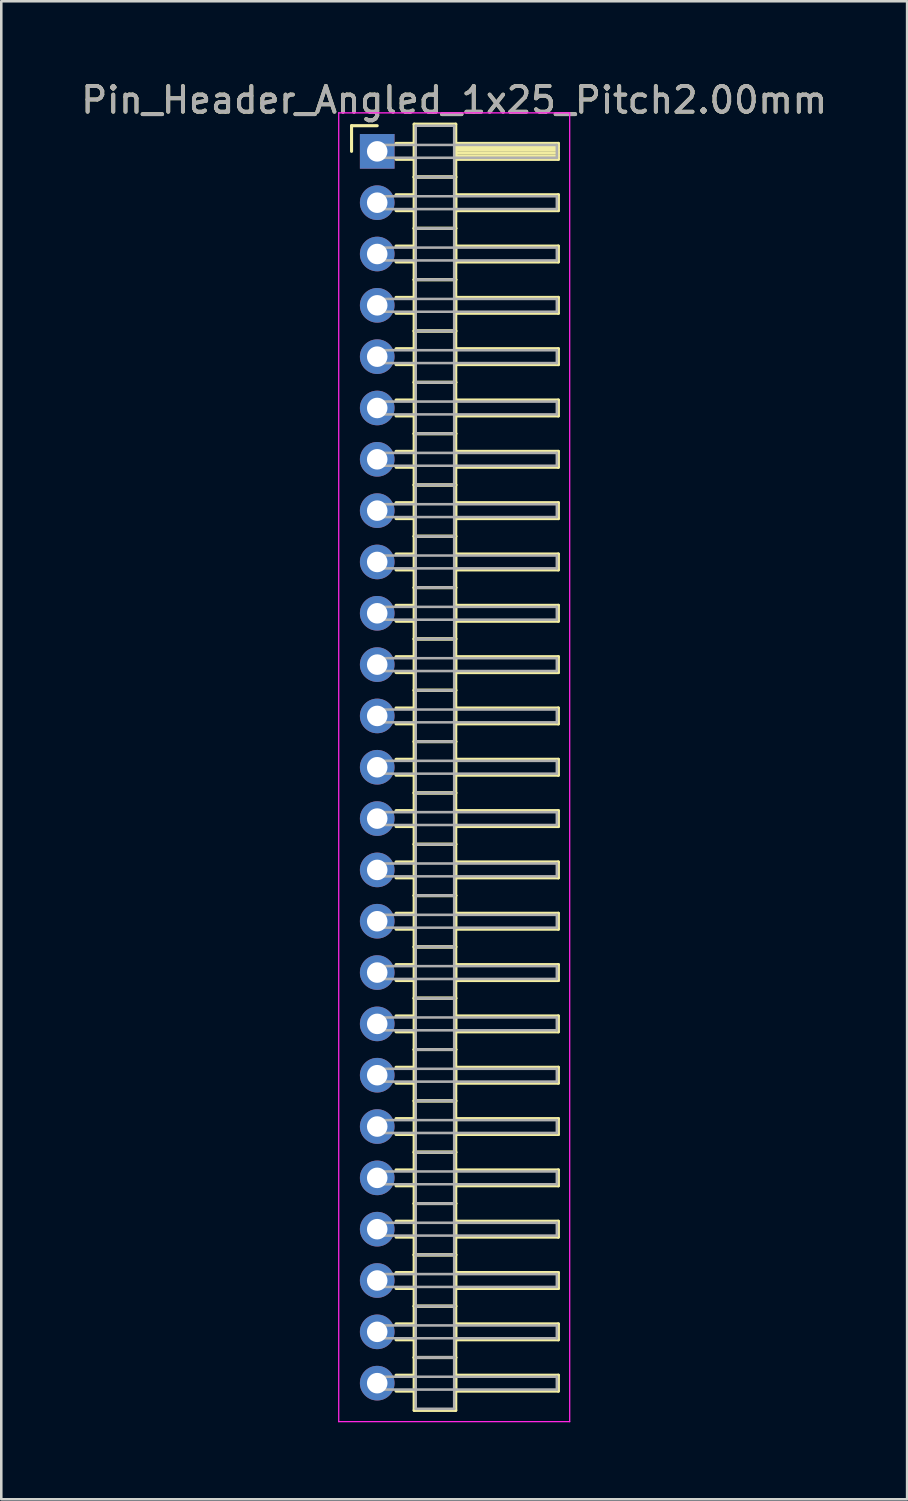
<source format=kicad_pcb>
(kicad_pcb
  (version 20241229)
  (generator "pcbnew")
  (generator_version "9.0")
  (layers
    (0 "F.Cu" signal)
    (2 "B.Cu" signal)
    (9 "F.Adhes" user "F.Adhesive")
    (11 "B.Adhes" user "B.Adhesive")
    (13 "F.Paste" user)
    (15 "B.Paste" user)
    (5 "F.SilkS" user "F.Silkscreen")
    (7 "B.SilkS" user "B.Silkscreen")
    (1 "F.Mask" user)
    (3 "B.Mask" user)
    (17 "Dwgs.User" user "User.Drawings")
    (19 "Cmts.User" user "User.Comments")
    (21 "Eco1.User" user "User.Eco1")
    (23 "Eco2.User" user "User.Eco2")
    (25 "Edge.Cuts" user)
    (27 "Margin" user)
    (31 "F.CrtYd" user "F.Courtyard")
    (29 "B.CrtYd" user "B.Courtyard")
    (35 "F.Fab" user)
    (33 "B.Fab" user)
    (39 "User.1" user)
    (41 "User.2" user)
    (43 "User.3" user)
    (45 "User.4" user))
  (footprint "Pin_Header_Angled_1x25_Pitch2.00mm"
    (layer "F.Cu")
    (at 11.649 2.848)
    (property "Reference" "Pin_Header_Angled_1x25_Pitch2.00mm" (at 3 -2 0) (layer "F.SilkS") (effects (font (size 1 1) (thickness 0.15))))
    (attr through_hole)
    (fp_line (start -1 -1) (end 0 -1) (stroke (width 0.12) (type solid)) (layer "F.SilkS"))
    (fp_line (start -1 0) (end -1 -1) (stroke (width 0.12) (type solid)) (layer "F.SilkS"))
    (fp_line (start 0.735 -0.31) (end 1.44 -0.31) (stroke (width 0.12) (type solid)) (layer "F.SilkS"))
    (fp_line (start 0.735 0.31) (end 1.44 0.31) (stroke (width 0.12) (type solid)) (layer "F.SilkS"))
    (fp_line (start 0.735 1.69) (end 1.44 1.69) (stroke (width 0.12) (type solid)) (layer "F.SilkS"))
    (fp_line (start 0.735 2.31) (end 1.44 2.31) (stroke (width 0.12) (type solid)) (layer "F.SilkS"))
    (fp_line (start 0.735 3.69) (end 1.44 3.69) (stroke (width 0.12) (type solid)) (layer "F.SilkS"))
    (fp_line (start 0.735 4.31) (end 1.44 4.31) (stroke (width 0.12) (type solid)) (layer "F.SilkS"))
    (fp_line (start 0.735 5.69) (end 1.44 5.69) (stroke (width 0.12) (type solid)) (layer "F.SilkS"))
    (fp_line (start 0.735 6.31) (end 1.44 6.31) (stroke (width 0.12) (type solid)) (layer "F.SilkS"))
    (fp_line (start 0.735 7.69) (end 1.44 7.69) (stroke (width 0.12) (type solid)) (layer "F.SilkS"))
    (fp_line (start 0.735 8.31) (end 1.44 8.31) (stroke (width 0.12) (type solid)) (layer "F.SilkS"))
    (fp_line (start 0.735 9.69) (end 1.44 9.69) (stroke (width 0.12) (type solid)) (layer "F.SilkS"))
    (fp_line (start 0.735 10.31) (end 1.44 10.31) (stroke (width 0.12) (type solid)) (layer "F.SilkS"))
    (fp_line (start 0.735 11.69) (end 1.44 11.69) (stroke (width 0.12) (type solid)) (layer "F.SilkS"))
    (fp_line (start 0.735 12.31) (end 1.44 12.31) (stroke (width 0.12) (type solid)) (layer "F.SilkS"))
    (fp_line (start 0.735 13.69) (end 1.44 13.69) (stroke (width 0.12) (type solid)) (layer "F.SilkS"))
    (fp_line (start 0.735 14.31) (end 1.44 14.31) (stroke (width 0.12) (type solid)) (layer "F.SilkS"))
    (fp_line (start 0.735 15.69) (end 1.44 15.69) (stroke (width 0.12) (type solid)) (layer "F.SilkS"))
    (fp_line (start 0.735 16.31) (end 1.44 16.31) (stroke (width 0.12) (type solid)) (layer "F.SilkS"))
    (fp_line (start 0.735 17.69) (end 1.44 17.69) (stroke (width 0.12) (type solid)) (layer "F.SilkS"))
    (fp_line (start 0.735 18.31) (end 1.44 18.31) (stroke (width 0.12) (type solid)) (layer "F.SilkS"))
    (fp_line (start 0.735 19.69) (end 1.44 19.69) (stroke (width 0.12) (type solid)) (layer "F.SilkS"))
    (fp_line (start 0.735 20.31) (end 1.44 20.31) (stroke (width 0.12) (type solid)) (layer "F.SilkS"))
    (fp_line (start 0.735 21.69) (end 1.44 21.69) (stroke (width 0.12) (type solid)) (layer "F.SilkS"))
    (fp_line (start 0.735 22.31) (end 1.44 22.31) (stroke (width 0.12) (type solid)) (layer "F.SilkS"))
    (fp_line (start 0.735 23.69) (end 1.44 23.69) (stroke (width 0.12) (type solid)) (layer "F.SilkS"))
    (fp_line (start 0.735 24.31) (end 1.44 24.31) (stroke (width 0.12) (type solid)) (layer "F.SilkS"))
    (fp_line (start 0.735 25.69) (end 1.44 25.69) (stroke (width 0.12) (type solid)) (layer "F.SilkS"))
    (fp_line (start 0.735 26.31) (end 1.44 26.31) (stroke (width 0.12) (type solid)) (layer "F.SilkS"))
    (fp_line (start 0.735 27.69) (end 1.44 27.69) (stroke (width 0.12) (type solid)) (layer "F.SilkS"))
    (fp_line (start 0.735 28.31) (end 1.44 28.31) (stroke (width 0.12) (type solid)) (layer "F.SilkS"))
    (fp_line (start 0.735 29.69) (end 1.44 29.69) (stroke (width 0.12) (type solid)) (layer "F.SilkS"))
    (fp_line (start 0.735 30.31) (end 1.44 30.31) (stroke (width 0.12) (type solid)) (layer "F.SilkS"))
    (fp_line (start 0.735 31.69) (end 1.44 31.69) (stroke (width 0.12) (type solid)) (layer "F.SilkS"))
    (fp_line (start 0.735 32.31) (end 1.44 32.31) (stroke (width 0.12) (type solid)) (layer "F.SilkS"))
    (fp_line (start 0.735 33.69) (end 1.44 33.69) (stroke (width 0.12) (type solid)) (layer "F.SilkS"))
    (fp_line (start 0.735 34.31) (end 1.44 34.31) (stroke (width 0.12) (type solid)) (layer "F.SilkS"))
    (fp_line (start 0.735 35.69) (end 1.44 35.69) (stroke (width 0.12) (type solid)) (layer "F.SilkS"))
    (fp_line (start 0.735 36.31) (end 1.44 36.31) (stroke (width 0.12) (type solid)) (layer "F.SilkS"))
    (fp_line (start 0.735 37.69) (end 1.44 37.69) (stroke (width 0.12) (type solid)) (layer "F.SilkS"))
    (fp_line (start 0.735 38.31) (end 1.44 38.31) (stroke (width 0.12) (type solid)) (layer "F.SilkS"))
    (fp_line (start 0.735 39.69) (end 1.44 39.69) (stroke (width 0.12) (type solid)) (layer "F.SilkS"))
    (fp_line (start 0.735 40.31) (end 1.44 40.31) (stroke (width 0.12) (type solid)) (layer "F.SilkS"))
    (fp_line (start 0.735 41.69) (end 1.44 41.69) (stroke (width 0.12) (type solid)) (layer "F.SilkS"))
    (fp_line (start 0.735 42.31) (end 1.44 42.31) (stroke (width 0.12) (type solid)) (layer "F.SilkS"))
    (fp_line (start 0.735 43.69) (end 1.44 43.69) (stroke (width 0.12) (type solid)) (layer "F.SilkS"))
    (fp_line (start 0.735 44.31) (end 1.44 44.31) (stroke (width 0.12) (type solid)) (layer "F.SilkS"))
    (fp_line (start 0.735 45.69) (end 1.44 45.69) (stroke (width 0.12) (type solid)) (layer "F.SilkS"))
    (fp_line (start 0.735 46.31) (end 1.44 46.31) (stroke (width 0.12) (type solid)) (layer "F.SilkS"))
    (fp_line (start 0.735 47.69) (end 1.44 47.69) (stroke (width 0.12) (type solid)) (layer "F.SilkS"))
    (fp_line (start 0.735 48.31) (end 1.44 48.31) (stroke (width 0.12) (type solid)) (layer "F.SilkS"))
    (fp_line (start 1.44 -1.06) (end 1.44 1) (stroke (width 0.12) (type solid)) (layer "F.SilkS"))
    (fp_line (start 1.44 1) (end 1.44 3) (stroke (width 0.12) (type solid)) (layer "F.SilkS"))
    (fp_line (start 1.44 1) (end 3.06 1) (stroke (width 0.12) (type solid)) (layer "F.SilkS"))
    (fp_line (start 1.44 3) (end 1.44 5) (stroke (width 0.12) (type solid)) (layer "F.SilkS"))
    (fp_line (start 1.44 3) (end 3.06 3) (stroke (width 0.12) (type solid)) (layer "F.SilkS"))
    (fp_line (start 1.44 5) (end 1.44 7) (stroke (width 0.12) (type solid)) (layer "F.SilkS"))
    (fp_line (start 1.44 5) (end 3.06 5) (stroke (width 0.12) (type solid)) (layer "F.SilkS"))
    (fp_line (start 1.44 7) (end 1.44 9) (stroke (width 0.12) (type solid)) (layer "F.SilkS"))
    (fp_line (start 1.44 7) (end 3.06 7) (stroke (width 0.12) (type solid)) (layer "F.SilkS"))
    (fp_line (start 1.44 9) (end 1.44 11) (stroke (width 0.12) (type solid)) (layer "F.SilkS"))
    (fp_line (start 1.44 9) (end 3.06 9) (stroke (width 0.12) (type solid)) (layer "F.SilkS"))
    (fp_line (start 1.44 11) (end 1.44 13) (stroke (width 0.12) (type solid)) (layer "F.SilkS"))
    (fp_line (start 1.44 11) (end 3.06 11) (stroke (width 0.12) (type solid)) (layer "F.SilkS"))
    (fp_line (start 1.44 13) (end 1.44 15) (stroke (width 0.12) (type solid)) (layer "F.SilkS"))
    (fp_line (start 1.44 13) (end 3.06 13) (stroke (width 0.12) (type solid)) (layer "F.SilkS"))
    (fp_line (start 1.44 15) (end 1.44 17) (stroke (width 0.12) (type solid)) (layer "F.SilkS"))
    (fp_line (start 1.44 15) (end 3.06 15) (stroke (width 0.12) (type solid)) (layer "F.SilkS"))
    (fp_line (start 1.44 17) (end 1.44 19) (stroke (width 0.12) (type solid)) (layer "F.SilkS"))
    (fp_line (start 1.44 17) (end 3.06 17) (stroke (width 0.12) (type solid)) (layer "F.SilkS"))
    (fp_line (start 1.44 19) (end 1.44 21) (stroke (width 0.12) (type solid)) (layer "F.SilkS"))
    (fp_line (start 1.44 19) (end 3.06 19) (stroke (width 0.12) (type solid)) (layer "F.SilkS"))
    (fp_line (start 1.44 21) (end 1.44 23) (stroke (width 0.12) (type solid)) (layer "F.SilkS"))
    (fp_line (start 1.44 21) (end 3.06 21) (stroke (width 0.12) (type solid)) (layer "F.SilkS"))
    (fp_line (start 1.44 23) (end 1.44 25) (stroke (width 0.12) (type solid)) (layer "F.SilkS"))
    (fp_line (start 1.44 23) (end 3.06 23) (stroke (width 0.12) (type solid)) (layer "F.SilkS"))
    (fp_line (start 1.44 25) (end 1.44 27) (stroke (width 0.12) (type solid)) (layer "F.SilkS"))
    (fp_line (start 1.44 25) (end 3.06 25) (stroke (width 0.12) (type solid)) (layer "F.SilkS"))
    (fp_line (start 1.44 27) (end 1.44 29) (stroke (width 0.12) (type solid)) (layer "F.SilkS"))
    (fp_line (start 1.44 27) (end 3.06 27) (stroke (width 0.12) (type solid)) (layer "F.SilkS"))
    (fp_line (start 1.44 29) (end 1.44 31) (stroke (width 0.12) (type solid)) (layer "F.SilkS"))
    (fp_line (start 1.44 29) (end 3.06 29) (stroke (width 0.12) (type solid)) (layer "F.SilkS"))
    (fp_line (start 1.44 31) (end 1.44 33) (stroke (width 0.12) (type solid)) (layer "F.SilkS"))
    (fp_line (start 1.44 31) (end 3.06 31) (stroke (width 0.12) (type solid)) (layer "F.SilkS"))
    (fp_line (start 1.44 33) (end 1.44 35) (stroke (width 0.12) (type solid)) (layer "F.SilkS"))
    (fp_line (start 1.44 33) (end 3.06 33) (stroke (width 0.12) (type solid)) (layer "F.SilkS"))
    (fp_line (start 1.44 35) (end 1.44 37) (stroke (width 0.12) (type solid)) (layer "F.SilkS"))
    (fp_line (start 1.44 35) (end 3.06 35) (stroke (width 0.12) (type solid)) (layer "F.SilkS"))
    (fp_line (start 1.44 37) (end 1.44 39) (stroke (width 0.12) (type solid)) (layer "F.SilkS"))
    (fp_line (start 1.44 37) (end 3.06 37) (stroke (width 0.12) (type solid)) (layer "F.SilkS"))
    (fp_line (start 1.44 39) (end 1.44 41) (stroke (width 0.12) (type solid)) (layer "F.SilkS"))
    (fp_line (start 1.44 39) (end 3.06 39) (stroke (width 0.12) (type solid)) (layer "F.SilkS"))
    (fp_line (start 1.44 41) (end 1.44 43) (stroke (width 0.12) (type solid)) (layer "F.SilkS"))
    (fp_line (start 1.44 41) (end 3.06 41) (stroke (width 0.12) (type solid)) (layer "F.SilkS"))
    (fp_line (start 1.44 43) (end 1.44 45) (stroke (width 0.12) (type solid)) (layer "F.SilkS"))
    (fp_line (start 1.44 43) (end 3.06 43) (stroke (width 0.12) (type solid)) (layer "F.SilkS"))
    (fp_line (start 1.44 45) (end 1.44 47) (stroke (width 0.12) (type solid)) (layer "F.SilkS"))
    (fp_line (start 1.44 45) (end 3.06 45) (stroke (width 0.12) (type solid)) (layer "F.SilkS"))
    (fp_line (start 1.44 47) (end 1.44 49.06) (stroke (width 0.12) (type solid)) (layer "F.SilkS"))
    (fp_line (start 1.44 47) (end 3.06 47) (stroke (width 0.12) (type solid)) (layer "F.SilkS"))
    (fp_line (start 1.44 49.06) (end 3.06 49.06) (stroke (width 0.12) (type solid)) (layer "F.SilkS"))
    (fp_line (start 3.06 -1.06) (end 1.44 -1.06) (stroke (width 0.12) (type solid)) (layer "F.SilkS"))
    (fp_line (start 3.06 -0.31) (end 3.06 0.31) (stroke (width 0.12) (type solid)) (layer "F.SilkS"))
    (fp_line (start 3.06 -0.19) (end 7.06 -0.19) (stroke (width 0.12) (type solid)) (layer "F.SilkS"))
    (fp_line (start 3.06 -0.07) (end 7.06 -0.07) (stroke (width 0.12) (type solid)) (layer "F.SilkS"))
    (fp_line (start 3.06 0.05) (end 7.06 0.05) (stroke (width 0.12) (type solid)) (layer "F.SilkS"))
    (fp_line (start 3.06 0.17) (end 7.06 0.17) (stroke (width 0.12) (type solid)) (layer "F.SilkS"))
    (fp_line (start 3.06 0.29) (end 7.06 0.29) (stroke (width 0.12) (type solid)) (layer "F.SilkS"))
    (fp_line (start 3.06 0.31) (end 7.06 0.31) (stroke (width 0.12) (type solid)) (layer "F.SilkS"))
    (fp_line (start 3.06 1) (end 1.44 1) (stroke (width 0.12) (type solid)) (layer "F.SilkS"))
    (fp_line (start 3.06 1) (end 3.06 -1.06) (stroke (width 0.12) (type solid)) (layer "F.SilkS"))
    (fp_line (start 3.06 1.69) (end 3.06 2.31) (stroke (width 0.12) (type solid)) (layer "F.SilkS"))
    (fp_line (start 3.06 2.31) (end 7.06 2.31) (stroke (width 0.12) (type solid)) (layer "F.SilkS"))
    (fp_line (start 3.06 3) (end 1.44 3) (stroke (width 0.12) (type solid)) (layer "F.SilkS"))
    (fp_line (start 3.06 3) (end 3.06 1) (stroke (width 0.12) (type solid)) (layer "F.SilkS"))
    (fp_line (start 3.06 3.69) (end 3.06 4.31) (stroke (width 0.12) (type solid)) (layer "F.SilkS"))
    (fp_line (start 3.06 4.31) (end 7.06 4.31) (stroke (width 0.12) (type solid)) (layer "F.SilkS"))
    (fp_line (start 3.06 5) (end 1.44 5) (stroke (width 0.12) (type solid)) (layer "F.SilkS"))
    (fp_line (start 3.06 5) (end 3.06 3) (stroke (width 0.12) (type solid)) (layer "F.SilkS"))
    (fp_line (start 3.06 5.69) (end 3.06 6.31) (stroke (width 0.12) (type solid)) (layer "F.SilkS"))
    (fp_line (start 3.06 6.31) (end 7.06 6.31) (stroke (width 0.12) (type solid)) (layer "F.SilkS"))
    (fp_line (start 3.06 7) (end 1.44 7) (stroke (width 0.12) (type solid)) (layer "F.SilkS"))
    (fp_line (start 3.06 7) (end 3.06 5) (stroke (width 0.12) (type solid)) (layer "F.SilkS"))
    (fp_line (start 3.06 7.69) (end 3.06 8.31) (stroke (width 0.12) (type solid)) (layer "F.SilkS"))
    (fp_line (start 3.06 8.31) (end 7.06 8.31) (stroke (width 0.12) (type solid)) (layer "F.SilkS"))
    (fp_line (start 3.06 9) (end 1.44 9) (stroke (width 0.12) (type solid)) (layer "F.SilkS"))
    (fp_line (start 3.06 9) (end 3.06 7) (stroke (width 0.12) (type solid)) (layer "F.SilkS"))
    (fp_line (start 3.06 9.69) (end 3.06 10.31) (stroke (width 0.12) (type solid)) (layer "F.SilkS"))
    (fp_line (start 3.06 10.31) (end 7.06 10.31) (stroke (width 0.12) (type solid)) (layer "F.SilkS"))
    (fp_line (start 3.06 11) (end 1.44 11) (stroke (width 0.12) (type solid)) (layer "F.SilkS"))
    (fp_line (start 3.06 11) (end 3.06 9) (stroke (width 0.12) (type solid)) (layer "F.SilkS"))
    (fp_line (start 3.06 11.69) (end 3.06 12.31) (stroke (width 0.12) (type solid)) (layer "F.SilkS"))
    (fp_line (start 3.06 12.31) (end 7.06 12.31) (stroke (width 0.12) (type solid)) (layer "F.SilkS"))
    (fp_line (start 3.06 13) (end 1.44 13) (stroke (width 0.12) (type solid)) (layer "F.SilkS"))
    (fp_line (start 3.06 13) (end 3.06 11) (stroke (width 0.12) (type solid)) (layer "F.SilkS"))
    (fp_line (start 3.06 13.69) (end 3.06 14.31) (stroke (width 0.12) (type solid)) (layer "F.SilkS"))
    (fp_line (start 3.06 14.31) (end 7.06 14.31) (stroke (width 0.12) (type solid)) (layer "F.SilkS"))
    (fp_line (start 3.06 15) (end 1.44 15) (stroke (width 0.12) (type solid)) (layer "F.SilkS"))
    (fp_line (start 3.06 15) (end 3.06 13) (stroke (width 0.12) (type solid)) (layer "F.SilkS"))
    (fp_line (start 3.06 15.69) (end 3.06 16.31) (stroke (width 0.12) (type solid)) (layer "F.SilkS"))
    (fp_line (start 3.06 16.31) (end 7.06 16.31) (stroke (width 0.12) (type solid)) (layer "F.SilkS"))
    (fp_line (start 3.06 17) (end 1.44 17) (stroke (width 0.12) (type solid)) (layer "F.SilkS"))
    (fp_line (start 3.06 17) (end 3.06 15) (stroke (width 0.12) (type solid)) (layer "F.SilkS"))
    (fp_line (start 3.06 17.69) (end 3.06 18.31) (stroke (width 0.12) (type solid)) (layer "F.SilkS"))
    (fp_line (start 3.06 18.31) (end 7.06 18.31) (stroke (width 0.12) (type solid)) (layer "F.SilkS"))
    (fp_line (start 3.06 19) (end 1.44 19) (stroke (width 0.12) (type solid)) (layer "F.SilkS"))
    (fp_line (start 3.06 19) (end 3.06 17) (stroke (width 0.12) (type solid)) (layer "F.SilkS"))
    (fp_line (start 3.06 19.69) (end 3.06 20.31) (stroke (width 0.12) (type solid)) (layer "F.SilkS"))
    (fp_line (start 3.06 20.31) (end 7.06 20.31) (stroke (width 0.12) (type solid)) (layer "F.SilkS"))
    (fp_line (start 3.06 21) (end 1.44 21) (stroke (width 0.12) (type solid)) (layer "F.SilkS"))
    (fp_line (start 3.06 21) (end 3.06 19) (stroke (width 0.12) (type solid)) (layer "F.SilkS"))
    (fp_line (start 3.06 21.69) (end 3.06 22.31) (stroke (width 0.12) (type solid)) (layer "F.SilkS"))
    (fp_line (start 3.06 22.31) (end 7.06 22.31) (stroke (width 0.12) (type solid)) (layer "F.SilkS"))
    (fp_line (start 3.06 23) (end 1.44 23) (stroke (width 0.12) (type solid)) (layer "F.SilkS"))
    (fp_line (start 3.06 23) (end 3.06 21) (stroke (width 0.12) (type solid)) (layer "F.SilkS"))
    (fp_line (start 3.06 23.69) (end 3.06 24.31) (stroke (width 0.12) (type solid)) (layer "F.SilkS"))
    (fp_line (start 3.06 24.31) (end 7.06 24.31) (stroke (width 0.12) (type solid)) (layer "F.SilkS"))
    (fp_line (start 3.06 25) (end 1.44 25) (stroke (width 0.12) (type solid)) (layer "F.SilkS"))
    (fp_line (start 3.06 25) (end 3.06 23) (stroke (width 0.12) (type solid)) (layer "F.SilkS"))
    (fp_line (start 3.06 25.69) (end 3.06 26.31) (stroke (width 0.12) (type solid)) (layer "F.SilkS"))
    (fp_line (start 3.06 26.31) (end 7.06 26.31) (stroke (width 0.12) (type solid)) (layer "F.SilkS"))
    (fp_line (start 3.06 27) (end 1.44 27) (stroke (width 0.12) (type solid)) (layer "F.SilkS"))
    (fp_line (start 3.06 27) (end 3.06 25) (stroke (width 0.12) (type solid)) (layer "F.SilkS"))
    (fp_line (start 3.06 27.69) (end 3.06 28.31) (stroke (width 0.12) (type solid)) (layer "F.SilkS"))
    (fp_line (start 3.06 28.31) (end 7.06 28.31) (stroke (width 0.12) (type solid)) (layer "F.SilkS"))
    (fp_line (start 3.06 29) (end 1.44 29) (stroke (width 0.12) (type solid)) (layer "F.SilkS"))
    (fp_line (start 3.06 29) (end 3.06 27) (stroke (width 0.12) (type solid)) (layer "F.SilkS"))
    (fp_line (start 3.06 29.69) (end 3.06 30.31) (stroke (width 0.12) (type solid)) (layer "F.SilkS"))
    (fp_line (start 3.06 30.31) (end 7.06 30.31) (stroke (width 0.12) (type solid)) (layer "F.SilkS"))
    (fp_line (start 3.06 31) (end 1.44 31) (stroke (width 0.12) (type solid)) (layer "F.SilkS"))
    (fp_line (start 3.06 31) (end 3.06 29) (stroke (width 0.12) (type solid)) (layer "F.SilkS"))
    (fp_line (start 3.06 31.69) (end 3.06 32.31) (stroke (width 0.12) (type solid)) (layer "F.SilkS"))
    (fp_line (start 3.06 32.31) (end 7.06 32.31) (stroke (width 0.12) (type solid)) (layer "F.SilkS"))
    (fp_line (start 3.06 33) (end 1.44 33) (stroke (width 0.12) (type solid)) (layer "F.SilkS"))
    (fp_line (start 3.06 33) (end 3.06 31) (stroke (width 0.12) (type solid)) (layer "F.SilkS"))
    (fp_line (start 3.06 33.69) (end 3.06 34.31) (stroke (width 0.12) (type solid)) (layer "F.SilkS"))
    (fp_line (start 3.06 34.31) (end 7.06 34.31) (stroke (width 0.12) (type solid)) (layer "F.SilkS"))
    (fp_line (start 3.06 35) (end 1.44 35) (stroke (width 0.12) (type solid)) (layer "F.SilkS"))
    (fp_line (start 3.06 35) (end 3.06 33) (stroke (width 0.12) (type solid)) (layer "F.SilkS"))
    (fp_line (start 3.06 35.69) (end 3.06 36.31) (stroke (width 0.12) (type solid)) (layer "F.SilkS"))
    (fp_line (start 3.06 36.31) (end 7.06 36.31) (stroke (width 0.12) (type solid)) (layer "F.SilkS"))
    (fp_line (start 3.06 37) (end 1.44 37) (stroke (width 0.12) (type solid)) (layer "F.SilkS"))
    (fp_line (start 3.06 37) (end 3.06 35) (stroke (width 0.12) (type solid)) (layer "F.SilkS"))
    (fp_line (start 3.06 37.69) (end 3.06 38.31) (stroke (width 0.12) (type solid)) (layer "F.SilkS"))
    (fp_line (start 3.06 38.31) (end 7.06 38.31) (stroke (width 0.12) (type solid)) (layer "F.SilkS"))
    (fp_line (start 3.06 39) (end 1.44 39) (stroke (width 0.12) (type solid)) (layer "F.SilkS"))
    (fp_line (start 3.06 39) (end 3.06 37) (stroke (width 0.12) (type solid)) (layer "F.SilkS"))
    (fp_line (start 3.06 39.69) (end 3.06 40.31) (stroke (width 0.12) (type solid)) (layer "F.SilkS"))
    (fp_line (start 3.06 40.31) (end 7.06 40.31) (stroke (width 0.12) (type solid)) (layer "F.SilkS"))
    (fp_line (start 3.06 41) (end 1.44 41) (stroke (width 0.12) (type solid)) (layer "F.SilkS"))
    (fp_line (start 3.06 41) (end 3.06 39) (stroke (width 0.12) (type solid)) (layer "F.SilkS"))
    (fp_line (start 3.06 41.69) (end 3.06 42.31) (stroke (width 0.12) (type solid)) (layer "F.SilkS"))
    (fp_line (start 3.06 42.31) (end 7.06 42.31) (stroke (width 0.12) (type solid)) (layer "F.SilkS"))
    (fp_line (start 3.06 43) (end 1.44 43) (stroke (width 0.12) (type solid)) (layer "F.SilkS"))
    (fp_line (start 3.06 43) (end 3.06 41) (stroke (width 0.12) (type solid)) (layer "F.SilkS"))
    (fp_line (start 3.06 43.69) (end 3.06 44.31) (stroke (width 0.12) (type solid)) (layer "F.SilkS"))
    (fp_line (start 3.06 44.31) (end 7.06 44.31) (stroke (width 0.12) (type solid)) (layer "F.SilkS"))
    (fp_line (start 3.06 45) (end 1.44 45) (stroke (width 0.12) (type solid)) (layer "F.SilkS"))
    (fp_line (start 3.06 45) (end 3.06 43) (stroke (width 0.12) (type solid)) (layer "F.SilkS"))
    (fp_line (start 3.06 45.69) (end 3.06 46.31) (stroke (width 0.12) (type solid)) (layer "F.SilkS"))
    (fp_line (start 3.06 46.31) (end 7.06 46.31) (stroke (width 0.12) (type solid)) (layer "F.SilkS"))
    (fp_line (start 3.06 47) (end 1.44 47) (stroke (width 0.12) (type solid)) (layer "F.SilkS"))
    (fp_line (start 3.06 47) (end 3.06 45) (stroke (width 0.12) (type solid)) (layer "F.SilkS"))
    (fp_line (start 3.06 47.69) (end 3.06 48.31) (stroke (width 0.12) (type solid)) (layer "F.SilkS"))
    (fp_line (start 3.06 48.31) (end 7.06 48.31) (stroke (width 0.12) (type solid)) (layer "F.SilkS"))
    (fp_line (start 3.06 49.06) (end 3.06 47) (stroke (width 0.12) (type solid)) (layer "F.SilkS"))
    (fp_line (start 7.06 -0.31) (end 3.06 -0.31) (stroke (width 0.12) (type solid)) (layer "F.SilkS"))
    (fp_line (start 7.06 0.31) (end 7.06 -0.31) (stroke (width 0.12) (type solid)) (layer "F.SilkS"))
    (fp_line (start 7.06 1.69) (end 3.06 1.69) (stroke (width 0.12) (type solid)) (layer "F.SilkS"))
    (fp_line (start 7.06 2.31) (end 7.06 1.69) (stroke (width 0.12) (type solid)) (layer "F.SilkS"))
    (fp_line (start 7.06 3.69) (end 3.06 3.69) (stroke (width 0.12) (type solid)) (layer "F.SilkS"))
    (fp_line (start 7.06 4.31) (end 7.06 3.69) (stroke (width 0.12) (type solid)) (layer "F.SilkS"))
    (fp_line (start 7.06 5.69) (end 3.06 5.69) (stroke (width 0.12) (type solid)) (layer "F.SilkS"))
    (fp_line (start 7.06 6.31) (end 7.06 5.69) (stroke (width 0.12) (type solid)) (layer "F.SilkS"))
    (fp_line (start 7.06 7.69) (end 3.06 7.69) (stroke (width 0.12) (type solid)) (layer "F.SilkS"))
    (fp_line (start 7.06 8.31) (end 7.06 7.69) (stroke (width 0.12) (type solid)) (layer "F.SilkS"))
    (fp_line (start 7.06 9.69) (end 3.06 9.69) (stroke (width 0.12) (type solid)) (layer "F.SilkS"))
    (fp_line (start 7.06 10.31) (end 7.06 9.69) (stroke (width 0.12) (type solid)) (layer "F.SilkS"))
    (fp_line (start 7.06 11.69) (end 3.06 11.69) (stroke (width 0.12) (type solid)) (layer "F.SilkS"))
    (fp_line (start 7.06 12.31) (end 7.06 11.69) (stroke (width 0.12) (type solid)) (layer "F.SilkS"))
    (fp_line (start 7.06 13.69) (end 3.06 13.69) (stroke (width 0.12) (type solid)) (layer "F.SilkS"))
    (fp_line (start 7.06 14.31) (end 7.06 13.69) (stroke (width 0.12) (type solid)) (layer "F.SilkS"))
    (fp_line (start 7.06 15.69) (end 3.06 15.69) (stroke (width 0.12) (type solid)) (layer "F.SilkS"))
    (fp_line (start 7.06 16.31) (end 7.06 15.69) (stroke (width 0.12) (type solid)) (layer "F.SilkS"))
    (fp_line (start 7.06 17.69) (end 3.06 17.69) (stroke (width 0.12) (type solid)) (layer "F.SilkS"))
    (fp_line (start 7.06 18.31) (end 7.06 17.69) (stroke (width 0.12) (type solid)) (layer "F.SilkS"))
    (fp_line (start 7.06 19.69) (end 3.06 19.69) (stroke (width 0.12) (type solid)) (layer "F.SilkS"))
    (fp_line (start 7.06 20.31) (end 7.06 19.69) (stroke (width 0.12) (type solid)) (layer "F.SilkS"))
    (fp_line (start 7.06 21.69) (end 3.06 21.69) (stroke (width 0.12) (type solid)) (layer "F.SilkS"))
    (fp_line (start 7.06 22.31) (end 7.06 21.69) (stroke (width 0.12) (type solid)) (layer "F.SilkS"))
    (fp_line (start 7.06 23.69) (end 3.06 23.69) (stroke (width 0.12) (type solid)) (layer "F.SilkS"))
    (fp_line (start 7.06 24.31) (end 7.06 23.69) (stroke (width 0.12) (type solid)) (layer "F.SilkS"))
    (fp_line (start 7.06 25.69) (end 3.06 25.69) (stroke (width 0.12) (type solid)) (layer "F.SilkS"))
    (fp_line (start 7.06 26.31) (end 7.06 25.69) (stroke (width 0.12) (type solid)) (layer "F.SilkS"))
    (fp_line (start 7.06 27.69) (end 3.06 27.69) (stroke (width 0.12) (type solid)) (layer "F.SilkS"))
    (fp_line (start 7.06 28.31) (end 7.06 27.69) (stroke (width 0.12) (type solid)) (layer "F.SilkS"))
    (fp_line (start 7.06 29.69) (end 3.06 29.69) (stroke (width 0.12) (type solid)) (layer "F.SilkS"))
    (fp_line (start 7.06 30.31) (end 7.06 29.69) (stroke (width 0.12) (type solid)) (layer "F.SilkS"))
    (fp_line (start 7.06 31.69) (end 3.06 31.69) (stroke (width 0.12) (type solid)) (layer "F.SilkS"))
    (fp_line (start 7.06 32.31) (end 7.06 31.69) (stroke (width 0.12) (type solid)) (layer "F.SilkS"))
    (fp_line (start 7.06 33.69) (end 3.06 33.69) (stroke (width 0.12) (type solid)) (layer "F.SilkS"))
    (fp_line (start 7.06 34.31) (end 7.06 33.69) (stroke (width 0.12) (type solid)) (layer "F.SilkS"))
    (fp_line (start 7.06 35.69) (end 3.06 35.69) (stroke (width 0.12) (type solid)) (layer "F.SilkS"))
    (fp_line (start 7.06 36.31) (end 7.06 35.69) (stroke (width 0.12) (type solid)) (layer "F.SilkS"))
    (fp_line (start 7.06 37.69) (end 3.06 37.69) (stroke (width 0.12) (type solid)) (layer "F.SilkS"))
    (fp_line (start 7.06 38.31) (end 7.06 37.69) (stroke (width 0.12) (type solid)) (layer "F.SilkS"))
    (fp_line (start 7.06 39.69) (end 3.06 39.69) (stroke (width 0.12) (type solid)) (layer "F.SilkS"))
    (fp_line (start 7.06 40.31) (end 7.06 39.69) (stroke (width 0.12) (type solid)) (layer "F.SilkS"))
    (fp_line (start 7.06 41.69) (end 3.06 41.69) (stroke (width 0.12) (type solid)) (layer "F.SilkS"))
    (fp_line (start 7.06 42.31) (end 7.06 41.69) (stroke (width 0.12) (type solid)) (layer "F.SilkS"))
    (fp_line (start 7.06 43.69) (end 3.06 43.69) (stroke (width 0.12) (type solid)) (layer "F.SilkS"))
    (fp_line (start 7.06 44.31) (end 7.06 43.69) (stroke (width 0.12) (type solid)) (layer "F.SilkS"))
    (fp_line (start 7.06 45.69) (end 3.06 45.69) (stroke (width 0.12) (type solid)) (layer "F.SilkS"))
    (fp_line (start 7.06 46.31) (end 7.06 45.69) (stroke (width 0.12) (type solid)) (layer "F.SilkS"))
    (fp_line (start 7.06 47.69) (end 3.06 47.69) (stroke (width 0.12) (type solid)) (layer "F.SilkS"))
    (fp_line (start 7.06 48.31) (end 7.06 47.69) (stroke (width 0.12) (type solid)) (layer "F.SilkS"))
    (fp_line (start -1.5 -1.5) (end -1.5 49.5) (stroke (width 0.05) (type solid)) (layer "F.CrtYd"))
    (fp_line (start -1.5 49.5) (end 7.5 49.5) (stroke (width 0.05) (type solid)) (layer "F.CrtYd"))
    (fp_line (start 7.5 -1.5) (end -1.5 -1.5) (stroke (width 0.05) (type solid)) (layer "F.CrtYd"))
    (fp_line (start 7.5 49.5) (end 7.5 -1.5) (stroke (width 0.05) (type solid)) (layer "F.CrtYd"))
    (fp_line (start 0 -0.25) (end 0 0.25) (stroke (width 0.1) (type solid)) (layer "F.Fab"))
    (fp_line (start 0 0.25) (end 7 0.25) (stroke (width 0.1) (type solid)) (layer "F.Fab"))
    (fp_line (start 0 1.75) (end 0 2.25) (stroke (width 0.1) (type solid)) (layer "F.Fab"))
    (fp_line (start 0 2.25) (end 7 2.25) (stroke (width 0.1) (type solid)) (layer "F.Fab"))
    (fp_line (start 0 3.75) (end 0 4.25) (stroke (width 0.1) (type solid)) (layer "F.Fab"))
    (fp_line (start 0 4.25) (end 7 4.25) (stroke (width 0.1) (type solid)) (layer "F.Fab"))
    (fp_line (start 0 5.75) (end 0 6.25) (stroke (width 0.1) (type solid)) (layer "F.Fab"))
    (fp_line (start 0 6.25) (end 7 6.25) (stroke (width 0.1) (type solid)) (layer "F.Fab"))
    (fp_line (start 0 7.75) (end 0 8.25) (stroke (width 0.1) (type solid)) (layer "F.Fab"))
    (fp_line (start 0 8.25) (end 7 8.25) (stroke (width 0.1) (type solid)) (layer "F.Fab"))
    (fp_line (start 0 9.75) (end 0 10.25) (stroke (width 0.1) (type solid)) (layer "F.Fab"))
    (fp_line (start 0 10.25) (end 7 10.25) (stroke (width 0.1) (type solid)) (layer "F.Fab"))
    (fp_line (start 0 11.75) (end 0 12.25) (stroke (width 0.1) (type solid)) (layer "F.Fab"))
    (fp_line (start 0 12.25) (end 7 12.25) (stroke (width 0.1) (type solid)) (layer "F.Fab"))
    (fp_line (start 0 13.75) (end 0 14.25) (stroke (width 0.1) (type solid)) (layer "F.Fab"))
    (fp_line (start 0 14.25) (end 7 14.25) (stroke (width 0.1) (type solid)) (layer "F.Fab"))
    (fp_line (start 0 15.75) (end 0 16.25) (stroke (width 0.1) (type solid)) (layer "F.Fab"))
    (fp_line (start 0 16.25) (end 7 16.25) (stroke (width 0.1) (type solid)) (layer "F.Fab"))
    (fp_line (start 0 17.75) (end 0 18.25) (stroke (width 0.1) (type solid)) (layer "F.Fab"))
    (fp_line (start 0 18.25) (end 7 18.25) (stroke (width 0.1) (type solid)) (layer "F.Fab"))
    (fp_line (start 0 19.75) (end 0 20.25) (stroke (width 0.1) (type solid)) (layer "F.Fab"))
    (fp_line (start 0 20.25) (end 7 20.25) (stroke (width 0.1) (type solid)) (layer "F.Fab"))
    (fp_line (start 0 21.75) (end 0 22.25) (stroke (width 0.1) (type solid)) (layer "F.Fab"))
    (fp_line (start 0 22.25) (end 7 22.25) (stroke (width 0.1) (type solid)) (layer "F.Fab"))
    (fp_line (start 0 23.75) (end 0 24.25) (stroke (width 0.1) (type solid)) (layer "F.Fab"))
    (fp_line (start 0 24.25) (end 7 24.25) (stroke (width 0.1) (type solid)) (layer "F.Fab"))
    (fp_line (start 0 25.75) (end 0 26.25) (stroke (width 0.1) (type solid)) (layer "F.Fab"))
    (fp_line (start 0 26.25) (end 7 26.25) (stroke (width 0.1) (type solid)) (layer "F.Fab"))
    (fp_line (start 0 27.75) (end 0 28.25) (stroke (width 0.1) (type solid)) (layer "F.Fab"))
    (fp_line (start 0 28.25) (end 7 28.25) (stroke (width 0.1) (type solid)) (layer "F.Fab"))
    (fp_line (start 0 29.75) (end 0 30.25) (stroke (width 0.1) (type solid)) (layer "F.Fab"))
    (fp_line (start 0 30.25) (end 7 30.25) (stroke (width 0.1) (type solid)) (layer "F.Fab"))
    (fp_line (start 0 31.75) (end 0 32.25) (stroke (width 0.1) (type solid)) (layer "F.Fab"))
    (fp_line (start 0 32.25) (end 7 32.25) (stroke (width 0.1) (type solid)) (layer "F.Fab"))
    (fp_line (start 0 33.75) (end 0 34.25) (stroke (width 0.1) (type solid)) (layer "F.Fab"))
    (fp_line (start 0 34.25) (end 7 34.25) (stroke (width 0.1) (type solid)) (layer "F.Fab"))
    (fp_line (start 0 35.75) (end 0 36.25) (stroke (width 0.1) (type solid)) (layer "F.Fab"))
    (fp_line (start 0 36.25) (end 7 36.25) (stroke (width 0.1) (type solid)) (layer "F.Fab"))
    (fp_line (start 0 37.75) (end 0 38.25) (stroke (width 0.1) (type solid)) (layer "F.Fab"))
    (fp_line (start 0 38.25) (end 7 38.25) (stroke (width 0.1) (type solid)) (layer "F.Fab"))
    (fp_line (start 0 39.75) (end 0 40.25) (stroke (width 0.1) (type solid)) (layer "F.Fab"))
    (fp_line (start 0 40.25) (end 7 40.25) (stroke (width 0.1) (type solid)) (layer "F.Fab"))
    (fp_line (start 0 41.75) (end 0 42.25) (stroke (width 0.1) (type solid)) (layer "F.Fab"))
    (fp_line (start 0 42.25) (end 7 42.25) (stroke (width 0.1) (type solid)) (layer "F.Fab"))
    (fp_line (start 0 43.75) (end 0 44.25) (stroke (width 0.1) (type solid)) (layer "F.Fab"))
    (fp_line (start 0 44.25) (end 7 44.25) (stroke (width 0.1) (type solid)) (layer "F.Fab"))
    (fp_line (start 0 45.75) (end 0 46.25) (stroke (width 0.1) (type solid)) (layer "F.Fab"))
    (fp_line (start 0 46.25) (end 7 46.25) (stroke (width 0.1) (type solid)) (layer "F.Fab"))
    (fp_line (start 0 47.75) (end 0 48.25) (stroke (width 0.1) (type solid)) (layer "F.Fab"))
    (fp_line (start 0 48.25) (end 7 48.25) (stroke (width 0.1) (type solid)) (layer "F.Fab"))
    (fp_line (start 1.5 -1) (end 1.5 1) (stroke (width 0.1) (type solid)) (layer "F.Fab"))
    (fp_line (start 1.5 1) (end 1.5 3) (stroke (width 0.1) (type solid)) (layer "F.Fab"))
    (fp_line (start 1.5 1) (end 3 1) (stroke (width 0.1) (type solid)) (layer "F.Fab"))
    (fp_line (start 1.5 3) (end 1.5 5) (stroke (width 0.1) (type solid)) (layer "F.Fab"))
    (fp_line (start 1.5 3) (end 3 3) (stroke (width 0.1) (type solid)) (layer "F.Fab"))
    (fp_line (start 1.5 5) (end 1.5 7) (stroke (width 0.1) (type solid)) (layer "F.Fab"))
    (fp_line (start 1.5 5) (end 3 5) (stroke (width 0.1) (type solid)) (layer "F.Fab"))
    (fp_line (start 1.5 7) (end 1.5 9) (stroke (width 0.1) (type solid)) (layer "F.Fab"))
    (fp_line (start 1.5 7) (end 3 7) (stroke (width 0.1) (type solid)) (layer "F.Fab"))
    (fp_line (start 1.5 9) (end 1.5 11) (stroke (width 0.1) (type solid)) (layer "F.Fab"))
    (fp_line (start 1.5 9) (end 3 9) (stroke (width 0.1) (type solid)) (layer "F.Fab"))
    (fp_line (start 1.5 11) (end 1.5 13) (stroke (width 0.1) (type solid)) (layer "F.Fab"))
    (fp_line (start 1.5 11) (end 3 11) (stroke (width 0.1) (type solid)) (layer "F.Fab"))
    (fp_line (start 1.5 13) (end 1.5 15) (stroke (width 0.1) (type solid)) (layer "F.Fab"))
    (fp_line (start 1.5 13) (end 3 13) (stroke (width 0.1) (type solid)) (layer "F.Fab"))
    (fp_line (start 1.5 15) (end 1.5 17) (stroke (width 0.1) (type solid)) (layer "F.Fab"))
    (fp_line (start 1.5 15) (end 3 15) (stroke (width 0.1) (type solid)) (layer "F.Fab"))
    (fp_line (start 1.5 17) (end 1.5 19) (stroke (width 0.1) (type solid)) (layer "F.Fab"))
    (fp_line (start 1.5 17) (end 3 17) (stroke (width 0.1) (type solid)) (layer "F.Fab"))
    (fp_line (start 1.5 19) (end 1.5 21) (stroke (width 0.1) (type solid)) (layer "F.Fab"))
    (fp_line (start 1.5 19) (end 3 19) (stroke (width 0.1) (type solid)) (layer "F.Fab"))
    (fp_line (start 1.5 21) (end 1.5 23) (stroke (width 0.1) (type solid)) (layer "F.Fab"))
    (fp_line (start 1.5 21) (end 3 21) (stroke (width 0.1) (type solid)) (layer "F.Fab"))
    (fp_line (start 1.5 23) (end 1.5 25) (stroke (width 0.1) (type solid)) (layer "F.Fab"))
    (fp_line (start 1.5 23) (end 3 23) (stroke (width 0.1) (type solid)) (layer "F.Fab"))
    (fp_line (start 1.5 25) (end 1.5 27) (stroke (width 0.1) (type solid)) (layer "F.Fab"))
    (fp_line (start 1.5 25) (end 3 25) (stroke (width 0.1) (type solid)) (layer "F.Fab"))
    (fp_line (start 1.5 27) (end 1.5 29) (stroke (width 0.1) (type solid)) (layer "F.Fab"))
    (fp_line (start 1.5 27) (end 3 27) (stroke (width 0.1) (type solid)) (layer "F.Fab"))
    (fp_line (start 1.5 29) (end 1.5 31) (stroke (width 0.1) (type solid)) (layer "F.Fab"))
    (fp_line (start 1.5 29) (end 3 29) (stroke (width 0.1) (type solid)) (layer "F.Fab"))
    (fp_line (start 1.5 31) (end 1.5 33) (stroke (width 0.1) (type solid)) (layer "F.Fab"))
    (fp_line (start 1.5 31) (end 3 31) (stroke (width 0.1) (type solid)) (layer "F.Fab"))
    (fp_line (start 1.5 33) (end 1.5 35) (stroke (width 0.1) (type solid)) (layer "F.Fab"))
    (fp_line (start 1.5 33) (end 3 33) (stroke (width 0.1) (type solid)) (layer "F.Fab"))
    (fp_line (start 1.5 35) (end 1.5 37) (stroke (width 0.1) (type solid)) (layer "F.Fab"))
    (fp_line (start 1.5 35) (end 3 35) (stroke (width 0.1) (type solid)) (layer "F.Fab"))
    (fp_line (start 1.5 37) (end 1.5 39) (stroke (width 0.1) (type solid)) (layer "F.Fab"))
    (fp_line (start 1.5 37) (end 3 37) (stroke (width 0.1) (type solid)) (layer "F.Fab"))
    (fp_line (start 1.5 39) (end 1.5 41) (stroke (width 0.1) (type solid)) (layer "F.Fab"))
    (fp_line (start 1.5 39) (end 3 39) (stroke (width 0.1) (type solid)) (layer "F.Fab"))
    (fp_line (start 1.5 41) (end 1.5 43) (stroke (width 0.1) (type solid)) (layer "F.Fab"))
    (fp_line (start 1.5 41) (end 3 41) (stroke (width 0.1) (type solid)) (layer "F.Fab"))
    (fp_line (start 1.5 43) (end 1.5 45) (stroke (width 0.1) (type solid)) (layer "F.Fab"))
    (fp_line (start 1.5 43) (end 3 43) (stroke (width 0.1) (type solid)) (layer "F.Fab"))
    (fp_line (start 1.5 45) (end 1.5 47) (stroke (width 0.1) (type solid)) (layer "F.Fab"))
    (fp_line (start 1.5 45) (end 3 45) (stroke (width 0.1) (type solid)) (layer "F.Fab"))
    (fp_line (start 1.5 47) (end 1.5 49) (stroke (width 0.1) (type solid)) (layer "F.Fab"))
    (fp_line (start 1.5 47) (end 3 47) (stroke (width 0.1) (type solid)) (layer "F.Fab"))
    (fp_line (start 1.5 49) (end 3 49) (stroke (width 0.1) (type solid)) (layer "F.Fab"))
    (fp_line (start 3 -1) (end 1.5 -1) (stroke (width 0.1) (type solid)) (layer "F.Fab"))
    (fp_line (start 3 1) (end 1.5 1) (stroke (width 0.1) (type solid)) (layer "F.Fab"))
    (fp_line (start 3 1) (end 3 -1) (stroke (width 0.1) (type solid)) (layer "F.Fab"))
    (fp_line (start 3 3) (end 1.5 3) (stroke (width 0.1) (type solid)) (layer "F.Fab"))
    (fp_line (start 3 3) (end 3 1) (stroke (width 0.1) (type solid)) (layer "F.Fab"))
    (fp_line (start 3 5) (end 1.5 5) (stroke (width 0.1) (type solid)) (layer "F.Fab"))
    (fp_line (start 3 5) (end 3 3) (stroke (width 0.1) (type solid)) (layer "F.Fab"))
    (fp_line (start 3 7) (end 1.5 7) (stroke (width 0.1) (type solid)) (layer "F.Fab"))
    (fp_line (start 3 7) (end 3 5) (stroke (width 0.1) (type solid)) (layer "F.Fab"))
    (fp_line (start 3 9) (end 1.5 9) (stroke (width 0.1) (type solid)) (layer "F.Fab"))
    (fp_line (start 3 9) (end 3 7) (stroke (width 0.1) (type solid)) (layer "F.Fab"))
    (fp_line (start 3 11) (end 1.5 11) (stroke (width 0.1) (type solid)) (layer "F.Fab"))
    (fp_line (start 3 11) (end 3 9) (stroke (width 0.1) (type solid)) (layer "F.Fab"))
    (fp_line (start 3 13) (end 1.5 13) (stroke (width 0.1) (type solid)) (layer "F.Fab"))
    (fp_line (start 3 13) (end 3 11) (stroke (width 0.1) (type solid)) (layer "F.Fab"))
    (fp_line (start 3 15) (end 1.5 15) (stroke (width 0.1) (type solid)) (layer "F.Fab"))
    (fp_line (start 3 15) (end 3 13) (stroke (width 0.1) (type solid)) (layer "F.Fab"))
    (fp_line (start 3 17) (end 1.5 17) (stroke (width 0.1) (type solid)) (layer "F.Fab"))
    (fp_line (start 3 17) (end 3 15) (stroke (width 0.1) (type solid)) (layer "F.Fab"))
    (fp_line (start 3 19) (end 1.5 19) (stroke (width 0.1) (type solid)) (layer "F.Fab"))
    (fp_line (start 3 19) (end 3 17) (stroke (width 0.1) (type solid)) (layer "F.Fab"))
    (fp_line (start 3 21) (end 1.5 21) (stroke (width 0.1) (type solid)) (layer "F.Fab"))
    (fp_line (start 3 21) (end 3 19) (stroke (width 0.1) (type solid)) (layer "F.Fab"))
    (fp_line (start 3 23) (end 1.5 23) (stroke (width 0.1) (type solid)) (layer "F.Fab"))
    (fp_line (start 3 23) (end 3 21) (stroke (width 0.1) (type solid)) (layer "F.Fab"))
    (fp_line (start 3 25) (end 1.5 25) (stroke (width 0.1) (type solid)) (layer "F.Fab"))
    (fp_line (start 3 25) (end 3 23) (stroke (width 0.1) (type solid)) (layer "F.Fab"))
    (fp_line (start 3 27) (end 1.5 27) (stroke (width 0.1) (type solid)) (layer "F.Fab"))
    (fp_line (start 3 27) (end 3 25) (stroke (width 0.1) (type solid)) (layer "F.Fab"))
    (fp_line (start 3 29) (end 1.5 29) (stroke (width 0.1) (type solid)) (layer "F.Fab"))
    (fp_line (start 3 29) (end 3 27) (stroke (width 0.1) (type solid)) (layer "F.Fab"))
    (fp_line (start 3 31) (end 1.5 31) (stroke (width 0.1) (type solid)) (layer "F.Fab"))
    (fp_line (start 3 31) (end 3 29) (stroke (width 0.1) (type solid)) (layer "F.Fab"))
    (fp_line (start 3 33) (end 1.5 33) (stroke (width 0.1) (type solid)) (layer "F.Fab"))
    (fp_line (start 3 33) (end 3 31) (stroke (width 0.1) (type solid)) (layer "F.Fab"))
    (fp_line (start 3 35) (end 1.5 35) (stroke (width 0.1) (type solid)) (layer "F.Fab"))
    (fp_line (start 3 35) (end 3 33) (stroke (width 0.1) (type solid)) (layer "F.Fab"))
    (fp_line (start 3 37) (end 1.5 37) (stroke (width 0.1) (type solid)) (layer "F.Fab"))
    (fp_line (start 3 37) (end 3 35) (stroke (width 0.1) (type solid)) (layer "F.Fab"))
    (fp_line (start 3 39) (end 1.5 39) (stroke (width 0.1) (type solid)) (layer "F.Fab"))
    (fp_line (start 3 39) (end 3 37) (stroke (width 0.1) (type solid)) (layer "F.Fab"))
    (fp_line (start 3 41) (end 1.5 41) (stroke (width 0.1) (type solid)) (layer "F.Fab"))
    (fp_line (start 3 41) (end 3 39) (stroke (width 0.1) (type solid)) (layer "F.Fab"))
    (fp_line (start 3 43) (end 1.5 43) (stroke (width 0.1) (type solid)) (layer "F.Fab"))
    (fp_line (start 3 43) (end 3 41) (stroke (width 0.1) (type solid)) (layer "F.Fab"))
    (fp_line (start 3 45) (end 1.5 45) (stroke (width 0.1) (type solid)) (layer "F.Fab"))
    (fp_line (start 3 45) (end 3 43) (stroke (width 0.1) (type solid)) (layer "F.Fab"))
    (fp_line (start 3 47) (end 1.5 47) (stroke (width 0.1) (type solid)) (layer "F.Fab"))
    (fp_line (start 3 47) (end 3 45) (stroke (width 0.1) (type solid)) (layer "F.Fab"))
    (fp_line (start 3 49) (end 3 47) (stroke (width 0.1) (type solid)) (layer "F.Fab"))
    (fp_line (start 7 -0.25) (end 0 -0.25) (stroke (width 0.1) (type solid)) (layer "F.Fab"))
    (fp_line (start 7 0.25) (end 7 -0.25) (stroke (width 0.1) (type solid)) (layer "F.Fab"))
    (fp_line (start 7 1.75) (end 0 1.75) (stroke (width 0.1) (type solid)) (layer "F.Fab"))
    (fp_line (start 7 2.25) (end 7 1.75) (stroke (width 0.1) (type solid)) (layer "F.Fab"))
    (fp_line (start 7 3.75) (end 0 3.75) (stroke (width 0.1) (type solid)) (layer "F.Fab"))
    (fp_line (start 7 4.25) (end 7 3.75) (stroke (width 0.1) (type solid)) (layer "F.Fab"))
    (fp_line (start 7 5.75) (end 0 5.75) (stroke (width 0.1) (type solid)) (layer "F.Fab"))
    (fp_line (start 7 6.25) (end 7 5.75) (stroke (width 0.1) (type solid)) (layer "F.Fab"))
    (fp_line (start 7 7.75) (end 0 7.75) (stroke (width 0.1) (type solid)) (layer "F.Fab"))
    (fp_line (start 7 8.25) (end 7 7.75) (stroke (width 0.1) (type solid)) (layer "F.Fab"))
    (fp_line (start 7 9.75) (end 0 9.75) (stroke (width 0.1) (type solid)) (layer "F.Fab"))
    (fp_line (start 7 10.25) (end 7 9.75) (stroke (width 0.1) (type solid)) (layer "F.Fab"))
    (fp_line (start 7 11.75) (end 0 11.75) (stroke (width 0.1) (type solid)) (layer "F.Fab"))
    (fp_line (start 7 12.25) (end 7 11.75) (stroke (width 0.1) (type solid)) (layer "F.Fab"))
    (fp_line (start 7 13.75) (end 0 13.75) (stroke (width 0.1) (type solid)) (layer "F.Fab"))
    (fp_line (start 7 14.25) (end 7 13.75) (stroke (width 0.1) (type solid)) (layer "F.Fab"))
    (fp_line (start 7 15.75) (end 0 15.75) (stroke (width 0.1) (type solid)) (layer "F.Fab"))
    (fp_line (start 7 16.25) (end 7 15.75) (stroke (width 0.1) (type solid)) (layer "F.Fab"))
    (fp_line (start 7 17.75) (end 0 17.75) (stroke (width 0.1) (type solid)) (layer "F.Fab"))
    (fp_line (start 7 18.25) (end 7 17.75) (stroke (width 0.1) (type solid)) (layer "F.Fab"))
    (fp_line (start 7 19.75) (end 0 19.75) (stroke (width 0.1) (type solid)) (layer "F.Fab"))
    (fp_line (start 7 20.25) (end 7 19.75) (stroke (width 0.1) (type solid)) (layer "F.Fab"))
    (fp_line (start 7 21.75) (end 0 21.75) (stroke (width 0.1) (type solid)) (layer "F.Fab"))
    (fp_line (start 7 22.25) (end 7 21.75) (stroke (width 0.1) (type solid)) (layer "F.Fab"))
    (fp_line (start 7 23.75) (end 0 23.75) (stroke (width 0.1) (type solid)) (layer "F.Fab"))
    (fp_line (start 7 24.25) (end 7 23.75) (stroke (width 0.1) (type solid)) (layer "F.Fab"))
    (fp_line (start 7 25.75) (end 0 25.75) (stroke (width 0.1) (type solid)) (layer "F.Fab"))
    (fp_line (start 7 26.25) (end 7 25.75) (stroke (width 0.1) (type solid)) (layer "F.Fab"))
    (fp_line (start 7 27.75) (end 0 27.75) (stroke (width 0.1) (type solid)) (layer "F.Fab"))
    (fp_line (start 7 28.25) (end 7 27.75) (stroke (width 0.1) (type solid)) (layer "F.Fab"))
    (fp_line (start 7 29.75) (end 0 29.75) (stroke (width 0.1) (type solid)) (layer "F.Fab"))
    (fp_line (start 7 30.25) (end 7 29.75) (stroke (width 0.1) (type solid)) (layer "F.Fab"))
    (fp_line (start 7 31.75) (end 0 31.75) (stroke (width 0.1) (type solid)) (layer "F.Fab"))
    (fp_line (start 7 32.25) (end 7 31.75) (stroke (width 0.1) (type solid)) (layer "F.Fab"))
    (fp_line (start 7 33.75) (end 0 33.75) (stroke (width 0.1) (type solid)) (layer "F.Fab"))
    (fp_line (start 7 34.25) (end 7 33.75) (stroke (width 0.1) (type solid)) (layer "F.Fab"))
    (fp_line (start 7 35.75) (end 0 35.75) (stroke (width 0.1) (type solid)) (layer "F.Fab"))
    (fp_line (start 7 36.25) (end 7 35.75) (stroke (width 0.1) (type solid)) (layer "F.Fab"))
    (fp_line (start 7 37.75) (end 0 37.75) (stroke (width 0.1) (type solid)) (layer "F.Fab"))
    (fp_line (start 7 38.25) (end 7 37.75) (stroke (width 0.1) (type solid)) (layer "F.Fab"))
    (fp_line (start 7 39.75) (end 0 39.75) (stroke (width 0.1) (type solid)) (layer "F.Fab"))
    (fp_line (start 7 40.25) (end 7 39.75) (stroke (width 0.1) (type solid)) (layer "F.Fab"))
    (fp_line (start 7 41.75) (end 0 41.75) (stroke (width 0.1) (type solid)) (layer "F.Fab"))
    (fp_line (start 7 42.25) (end 7 41.75) (stroke (width 0.1) (type solid)) (layer "F.Fab"))
    (fp_line (start 7 43.75) (end 0 43.75) (stroke (width 0.1) (type solid)) (layer "F.Fab"))
    (fp_line (start 7 44.25) (end 7 43.75) (stroke (width 0.1) (type solid)) (layer "F.Fab"))
    (fp_line (start 7 45.75) (end 0 45.75) (stroke (width 0.1) (type solid)) (layer "F.Fab"))
    (fp_line (start 7 46.25) (end 7 45.75) (stroke (width 0.1) (type solid)) (layer "F.Fab"))
    (fp_line (start 7 47.75) (end 0 47.75) (stroke (width 0.1) (type solid)) (layer "F.Fab"))
    (fp_line (start 7 48.25) (end 7 47.75) (stroke (width 0.1) (type solid)) (layer "F.Fab"))
    (fp_text user "${REFERENCE}" (at 3 -2 0) (layer "F.Fab") (effects (font (size 1 1) (thickness 0.15))))
    (pad "1" thru_hole rect (at 0 0) (size 1.35 1.35) (drill 0.8) (layers "*.Cu" "*.Mask"))
    (pad "2" thru_hole oval (at 0 2) (size 1.35 1.35) (drill 0.8) (layers "*.Cu" "*.Mask"))
    (pad "3" thru_hole oval (at 0 4) (size 1.35 1.35) (drill 0.8) (layers "*.Cu" "*.Mask"))
    (pad "4" thru_hole oval (at 0 6) (size 1.35 1.35) (drill 0.8) (layers "*.Cu" "*.Mask"))
    (pad "5" thru_hole oval (at 0 8) (size 1.35 1.35) (drill 0.8) (layers "*.Cu" "*.Mask"))
    (pad "6" thru_hole oval (at 0 10) (size 1.35 1.35) (drill 0.8) (layers "*.Cu" "*.Mask"))
    (pad "7" thru_hole oval (at 0 12) (size 1.35 1.35) (drill 0.8) (layers "*.Cu" "*.Mask"))
    (pad "8" thru_hole oval (at 0 14) (size 1.35 1.35) (drill 0.8) (layers "*.Cu" "*.Mask"))
    (pad "9" thru_hole oval (at 0 16) (size 1.35 1.35) (drill 0.8) (layers "*.Cu" "*.Mask"))
    (pad "10" thru_hole oval (at 0 18) (size 1.35 1.35) (drill 0.8) (layers "*.Cu" "*.Mask"))
    (pad "11" thru_hole oval (at 0 20) (size 1.35 1.35) (drill 0.8) (layers "*.Cu" "*.Mask"))
    (pad "12" thru_hole oval (at 0 22) (size 1.35 1.35) (drill 0.8) (layers "*.Cu" "*.Mask"))
    (pad "13" thru_hole oval (at 0 24) (size 1.35 1.35) (drill 0.8) (layers "*.Cu" "*.Mask"))
    (pad "14" thru_hole oval (at 0 26) (size 1.35 1.35) (drill 0.8) (layers "*.Cu" "*.Mask"))
    (pad "15" thru_hole oval (at 0 28) (size 1.35 1.35) (drill 0.8) (layers "*.Cu" "*.Mask"))
    (pad "16" thru_hole oval (at 0 30) (size 1.35 1.35) (drill 0.8) (layers "*.Cu" "*.Mask"))
    (pad "17" thru_hole oval (at 0 32) (size 1.35 1.35) (drill 0.8) (layers "*.Cu" "*.Mask"))
    (pad "18" thru_hole oval (at 0 34) (size 1.35 1.35) (drill 0.8) (layers "*.Cu" "*.Mask"))
    (pad "19" thru_hole oval (at 0 36) (size 1.35 1.35) (drill 0.8) (layers "*.Cu" "*.Mask"))
    (pad "20" thru_hole oval (at 0 38) (size 1.35 1.35) (drill 0.8) (layers "*.Cu" "*.Mask"))
    (pad "21" thru_hole oval (at 0 40) (size 1.35 1.35) (drill 0.8) (layers "*.Cu" "*.Mask"))
    (pad "22" thru_hole oval (at 0 42) (size 1.35 1.35) (drill 0.8) (layers "*.Cu" "*.Mask"))
    (pad "23" thru_hole oval (at 0 44) (size 1.35 1.35) (drill 0.8) (layers "*.Cu" "*.Mask"))
    (pad "24" thru_hole oval (at 0 46) (size 1.35 1.35) (drill 0.8) (layers "*.Cu" "*.Mask"))
    (pad "25" thru_hole oval (at 0 48) (size 1.35 1.35) (drill 0.8) (layers "*.Cu" "*.Mask")))
  (gr_rect
    (start -3 -3)
    (end 32.298 55.373)
    (stroke (width 0.1) (type default))
    (fill no)
    (layer "Edge.Cuts")))
</source>
